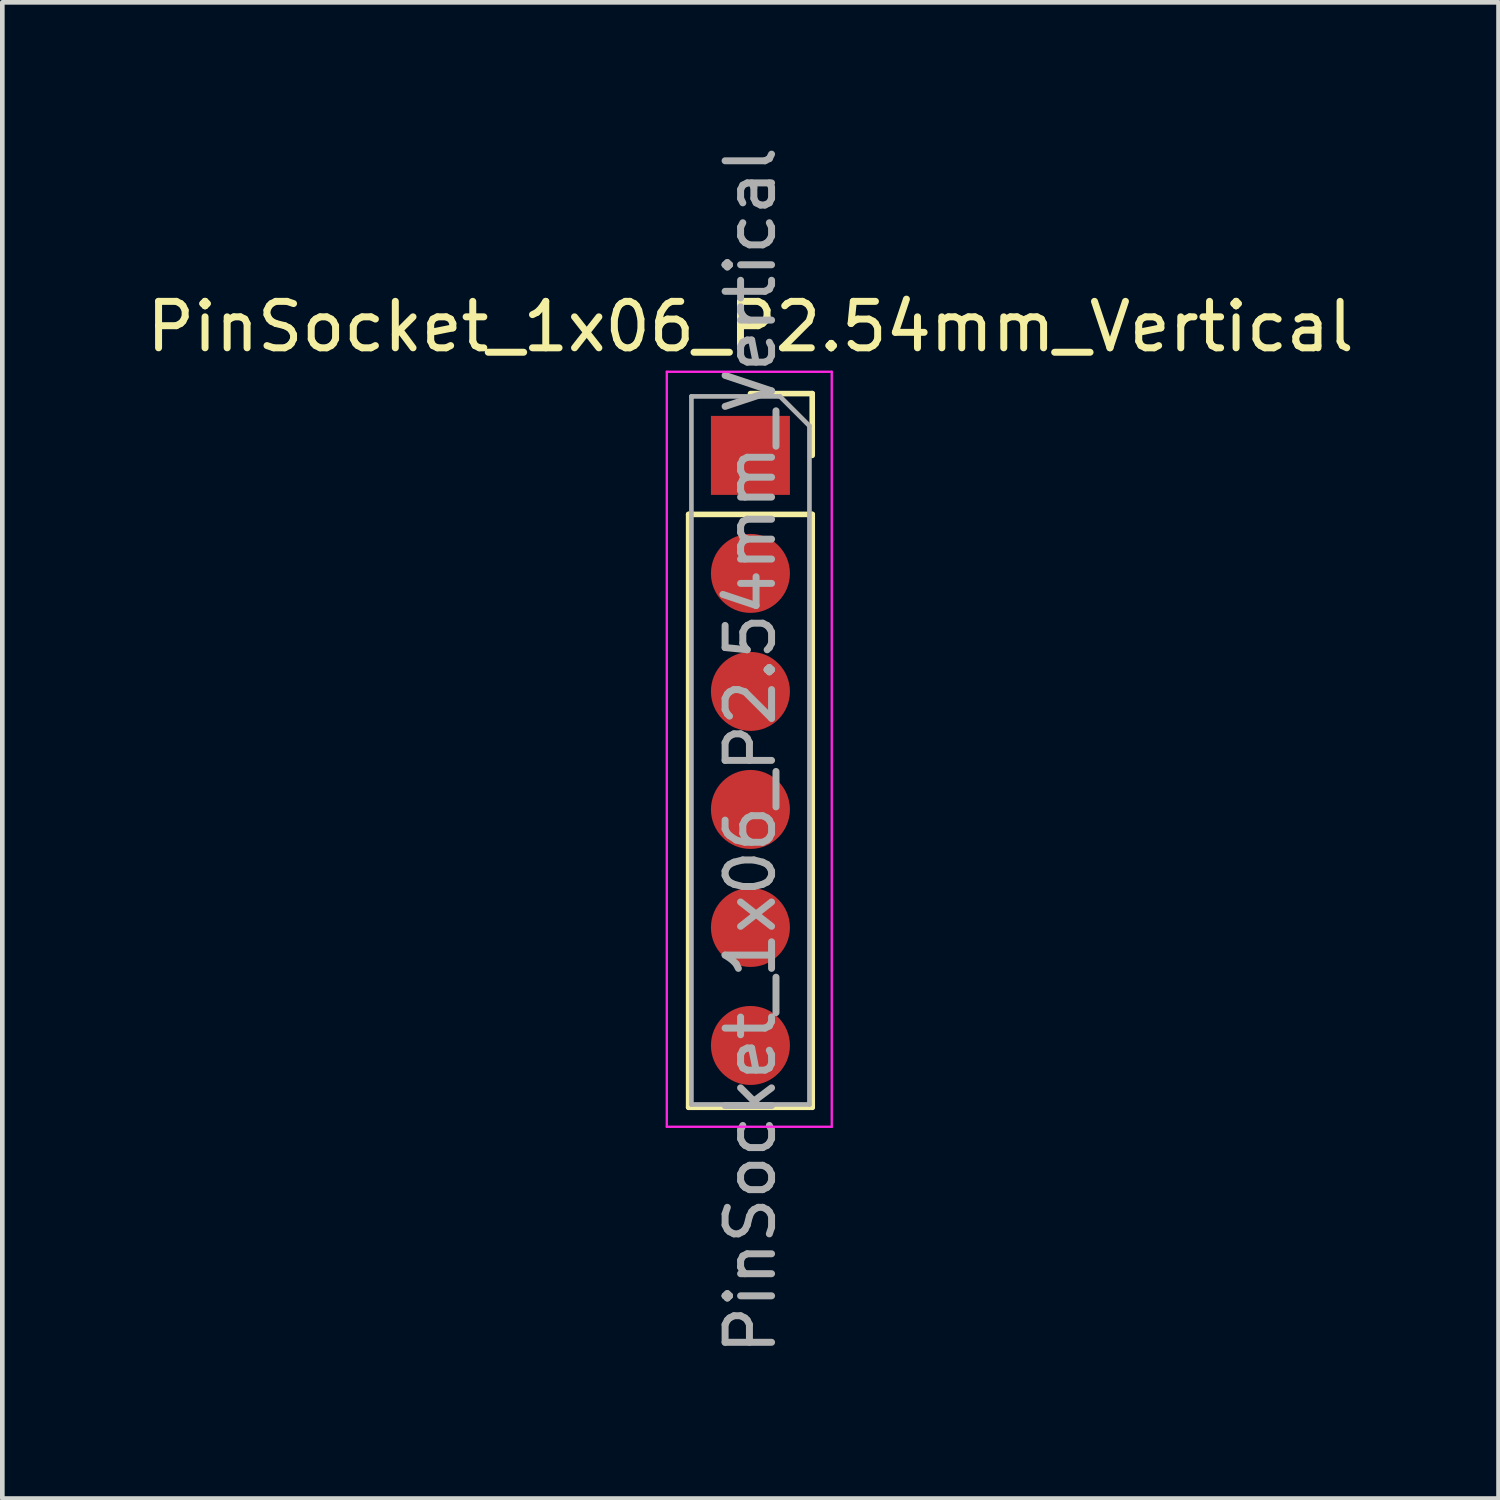
<source format=kicad_pcb>
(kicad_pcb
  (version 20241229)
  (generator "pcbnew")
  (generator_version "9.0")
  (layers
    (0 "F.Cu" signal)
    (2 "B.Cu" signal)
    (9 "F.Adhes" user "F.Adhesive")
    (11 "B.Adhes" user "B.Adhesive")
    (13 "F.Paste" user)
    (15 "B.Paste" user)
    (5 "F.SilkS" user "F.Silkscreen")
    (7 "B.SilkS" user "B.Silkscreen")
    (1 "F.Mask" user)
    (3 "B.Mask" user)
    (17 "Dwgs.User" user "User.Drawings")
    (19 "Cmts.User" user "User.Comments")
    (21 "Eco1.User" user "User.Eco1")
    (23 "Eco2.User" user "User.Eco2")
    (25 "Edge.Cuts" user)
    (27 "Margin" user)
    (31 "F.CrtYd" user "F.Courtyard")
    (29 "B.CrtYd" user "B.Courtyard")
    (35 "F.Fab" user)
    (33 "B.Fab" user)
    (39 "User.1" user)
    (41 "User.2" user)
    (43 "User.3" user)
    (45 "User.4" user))
  (footprint "PinSocket_1x06_P2.54mm_Vertical"
    (layer "F.Cu")
    (at 13.101 6.751)
    (property "Reference" "PinSocket_1x06_P2.54mm_Vertical" (at 0 -2.77 0) (layer "F.SilkS") (effects (font (size 1 1) (thickness 0.15))))
    (attr through_hole)
    (fp_line (start -1.33 1.27) (end -1.33 14.03) (stroke (width 0.12) (type solid)) (layer "F.SilkS"))
    (fp_line (start -1.33 1.27) (end 1.33 1.27) (stroke (width 0.12) (type solid)) (layer "F.SilkS"))
    (fp_line (start -1.33 14.03) (end 1.33 14.03) (stroke (width 0.12) (type solid)) (layer "F.SilkS"))
    (fp_line (start 0 -1.33) (end 1.33 -1.33) (stroke (width 0.12) (type solid)) (layer "F.SilkS"))
    (fp_line (start 1.33 -1.33) (end 1.33 0) (stroke (width 0.12) (type solid)) (layer "F.SilkS"))
    (fp_line (start 1.33 1.27) (end 1.33 14.03) (stroke (width 0.12) (type solid)) (layer "F.SilkS"))
    (fp_line (start -1.8 -1.8) (end 1.75 -1.8) (stroke (width 0.05) (type solid)) (layer "F.CrtYd"))
    (fp_line (start -1.8 14.45) (end -1.8 -1.8) (stroke (width 0.05) (type solid)) (layer "F.CrtYd"))
    (fp_line (start 1.75 -1.8) (end 1.75 14.45) (stroke (width 0.05) (type solid)) (layer "F.CrtYd"))
    (fp_line (start 1.75 14.45) (end -1.8 14.45) (stroke (width 0.05) (type solid)) (layer "F.CrtYd"))
    (fp_line (start -1.27 -1.27) (end 0.635 -1.27) (stroke (width 0.1) (type solid)) (layer "F.Fab"))
    (fp_line (start -1.27 13.97) (end -1.27 -1.27) (stroke (width 0.1) (type solid)) (layer "F.Fab"))
    (fp_line (start 0.635 -1.27) (end 1.27 -0.635) (stroke (width 0.1) (type solid)) (layer "F.Fab"))
    (fp_line (start 1.27 -0.635) (end 1.27 13.97) (stroke (width 0.1) (type solid)) (layer "F.Fab"))
    (fp_line (start 1.27 13.97) (end -1.27 13.97) (stroke (width 0.1) (type solid)) (layer "F.Fab"))
    (fp_text user "${REFERENCE}" (at 0 6.35 90) (layer "F.Fab") (effects (font (size 1 1) (thickness 0.15))))
    (pad "1" smd rect (at 0 0) (size 1.7 1.7) (layers "F.Cu" "F.Mask" "F.Paste"))
    (pad "2" smd oval (at 0 2.54) (size 1.7 1.7) (layers "F.Cu" "F.Mask" "F.Paste"))
    (pad "3" smd oval (at 0 5.08) (size 1.7 1.7) (layers "F.Cu" "F.Mask" "F.Paste"))
    (pad "4" smd oval (at 0 7.62) (size 1.7 1.7) (layers "F.Cu" "F.Mask" "F.Paste"))
    (pad "5" smd oval (at 0 10.16) (size 1.7 1.7) (layers "F.Cu" "F.Mask" "F.Paste"))
    (pad "6" smd oval (at 0 12.7) (size 1.7 1.7) (layers "F.Cu" "F.Mask" "F.Paste")))
  (gr_rect
    (start -3 -3)
    (end 29.202 29.202)
    (stroke (width 0.1) (type default))
    (fill no)
    (layer "Edge.Cuts")))
</source>
